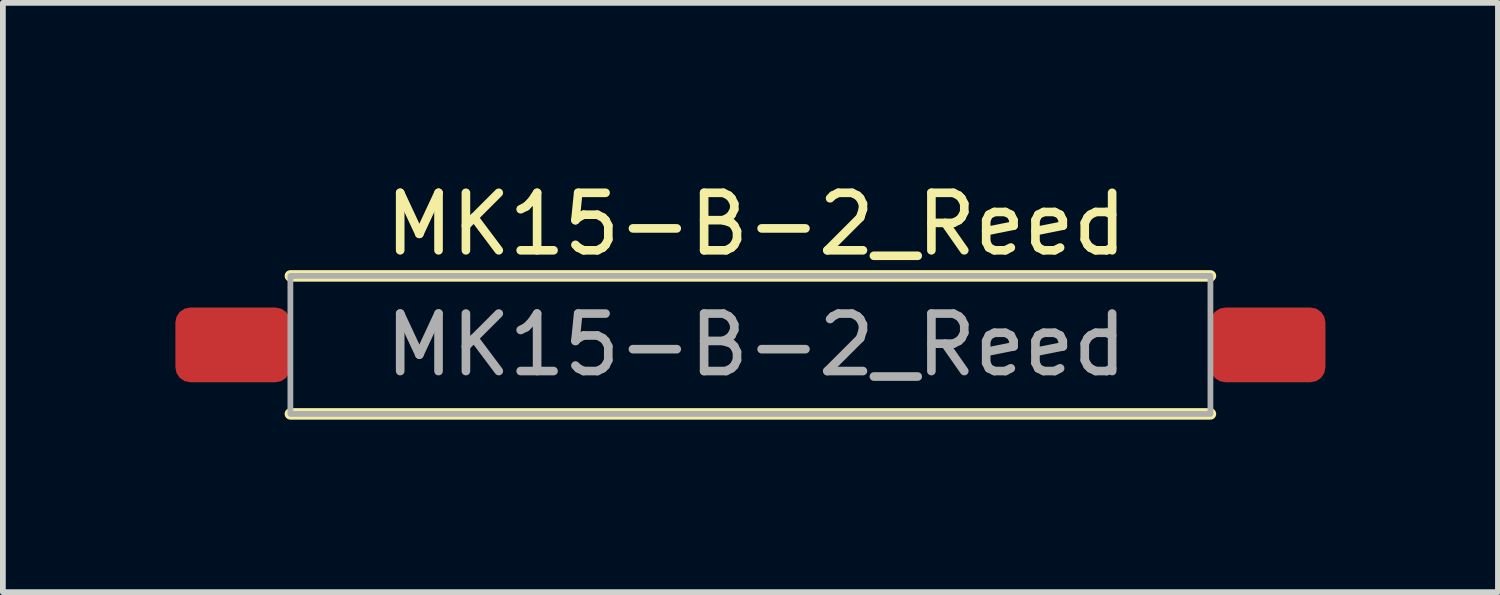
<source format=kicad_pcb>
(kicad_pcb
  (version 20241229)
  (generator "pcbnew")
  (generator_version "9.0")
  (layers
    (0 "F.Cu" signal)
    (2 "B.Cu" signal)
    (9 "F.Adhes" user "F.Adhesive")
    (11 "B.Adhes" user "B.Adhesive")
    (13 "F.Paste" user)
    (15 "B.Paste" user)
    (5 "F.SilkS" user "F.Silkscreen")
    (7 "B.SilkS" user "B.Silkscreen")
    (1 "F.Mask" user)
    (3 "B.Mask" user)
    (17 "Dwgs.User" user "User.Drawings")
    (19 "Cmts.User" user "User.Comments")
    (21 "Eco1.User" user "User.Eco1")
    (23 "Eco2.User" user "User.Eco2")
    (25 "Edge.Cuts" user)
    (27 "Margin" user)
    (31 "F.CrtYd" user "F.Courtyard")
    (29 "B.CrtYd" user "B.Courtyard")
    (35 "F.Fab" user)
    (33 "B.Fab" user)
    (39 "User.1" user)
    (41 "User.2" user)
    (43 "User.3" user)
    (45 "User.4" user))
  (footprint "MK15-B-2_Reed"
    (layer "F.Cu")
    (at 10 2.948)
    (property "Reference" "MK15-B-2_Reed" (at 0.1 -2.1 0) (layer "F.SilkS") (effects (font (size 1 1) (thickness 0.15))))
    (attr smd)
    (fp_line (start -8 -1.2) (end 8 -1.2) (stroke (width 0.2) (type solid)) (layer "F.SilkS"))
    (fp_line (start -8 1.2) (end 8 1.2) (stroke (width 0.2) (type solid)) (layer "F.SilkS"))
    (fp_rect (start -8 1.2) (end 8 -1.2) (stroke (width 0.1) (type solid)) (fill no) (layer "F.Fab"))
    (fp_text user "${REFERENCE}" (at 0.1 0 0) (layer "F.Fab") (effects (font (size 1 1) (thickness 0.15))))
    (pad "1" smd roundrect (at -9 0) (size 2 1.3) (layers "F.Cu" "F.Mask" "F.Paste") (roundrect_rratio 0.2))
    (pad "2" smd roundrect (at 9 0) (size 2 1.3) (layers "F.Cu" "F.Mask" "F.Paste") (roundrect_rratio 0.2)))
  (gr_rect
    (start -3 -3)
    (end 23 7.248)
    (stroke (width 0.1) (type default))
    (fill no)
    (layer "Edge.Cuts")))
</source>
